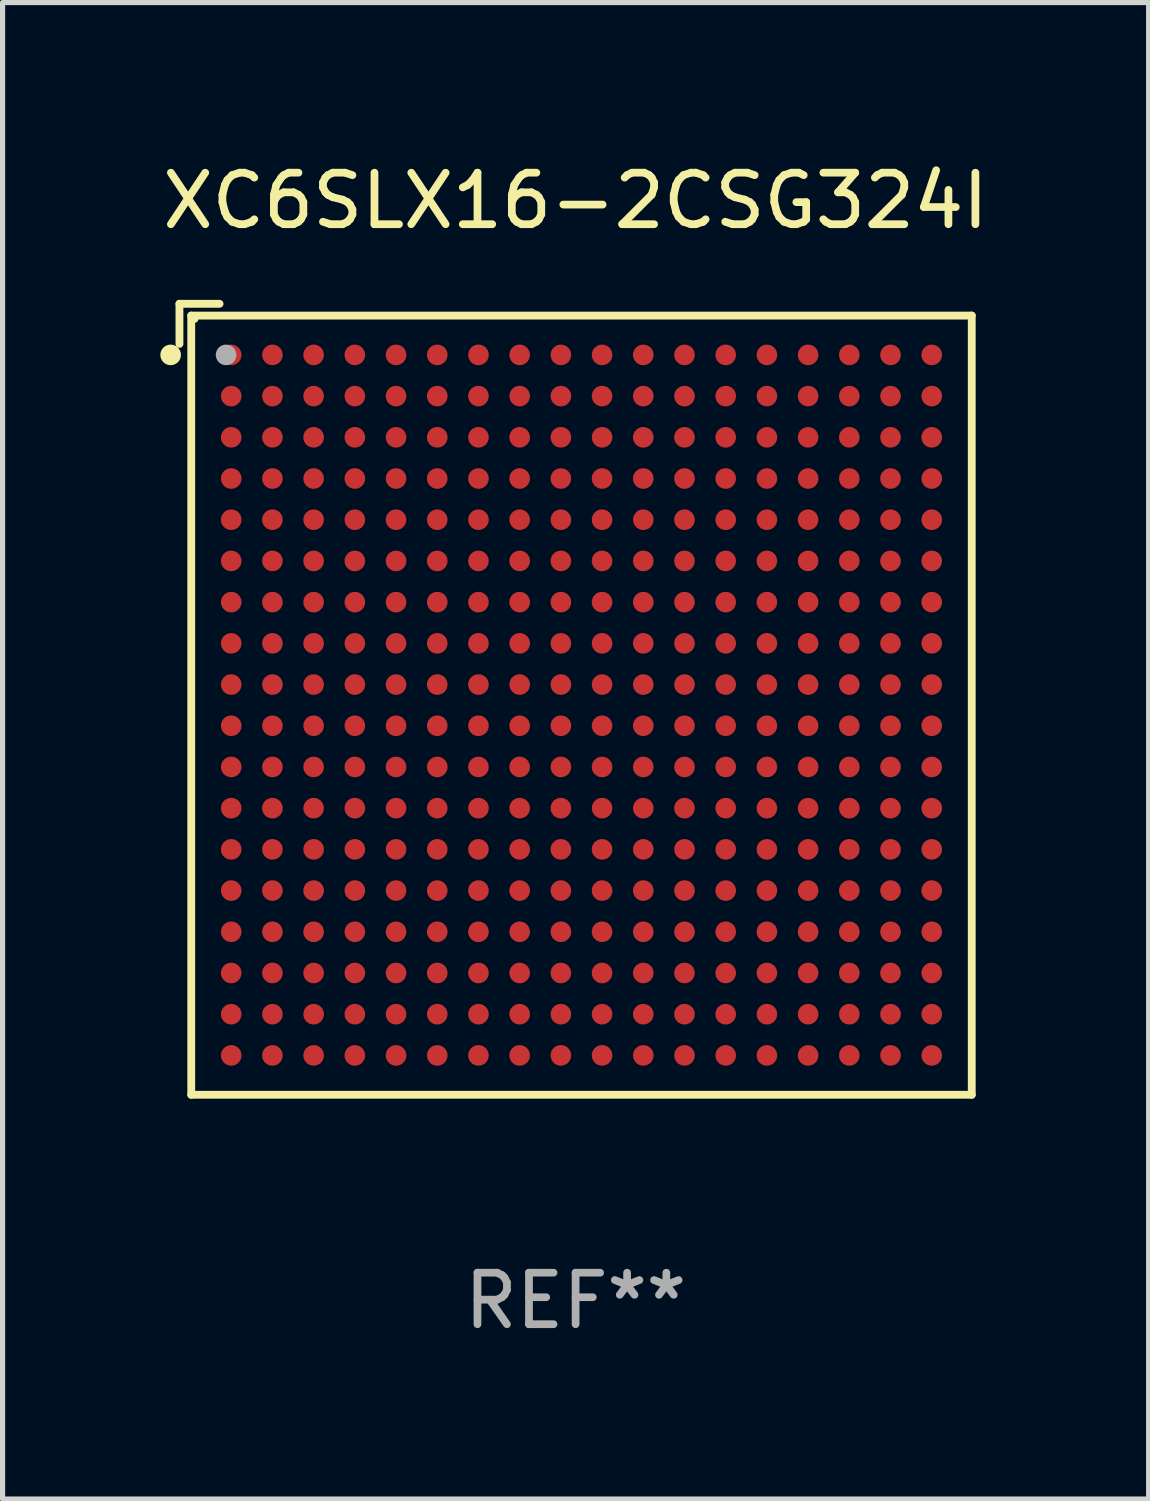
<source format=kicad_pcb>
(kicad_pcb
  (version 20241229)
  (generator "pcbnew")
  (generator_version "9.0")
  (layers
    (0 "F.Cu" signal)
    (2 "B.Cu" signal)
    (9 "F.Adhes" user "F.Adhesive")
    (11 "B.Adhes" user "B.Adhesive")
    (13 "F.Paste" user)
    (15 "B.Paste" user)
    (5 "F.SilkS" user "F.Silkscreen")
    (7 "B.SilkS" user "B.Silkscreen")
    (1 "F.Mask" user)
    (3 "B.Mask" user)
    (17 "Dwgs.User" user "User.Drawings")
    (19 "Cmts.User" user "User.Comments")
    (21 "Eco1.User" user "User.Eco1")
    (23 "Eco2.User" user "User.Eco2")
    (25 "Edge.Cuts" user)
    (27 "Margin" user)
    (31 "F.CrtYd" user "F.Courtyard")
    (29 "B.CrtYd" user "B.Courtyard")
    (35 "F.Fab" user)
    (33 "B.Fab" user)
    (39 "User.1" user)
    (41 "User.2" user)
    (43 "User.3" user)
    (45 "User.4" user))
  (footprint "XC6SLX16-2CSG324I"
    (layer "F.Cu")
    (at 8.125 10.526)
    (property "Reference" "XC6SLX16-2CSG324I" (at 0 -9.678 0) (layer "F.SilkS") (effects (font (size 1 1) (thickness 0.15))))
    (attr through_hole)
    (fp_line (start -7.691 -7.678) (end -7.691 -6.899) (stroke (width 0.152) (type solid)) (layer "F.SilkS"))
    (fp_line (start -7.462 -7.449) (end 7.691 -7.449) (stroke (width 0.152) (type solid)) (layer "F.SilkS"))
    (fp_line (start -7.462 7.678) (end -7.462 -7.449) (stroke (width 0.152) (type solid)) (layer "F.SilkS"))
    (fp_line (start -6.912 -7.678) (end -7.691 -7.678) (stroke (width 0.152) (type solid)) (layer "F.SilkS"))
    (fp_line (start 7.691 -7.449) (end 7.691 7.678) (stroke (width 0.152) (type solid)) (layer "F.SilkS"))
    (fp_line (start 7.691 7.678) (end -7.462 7.678) (stroke (width 0.152) (type solid)) (layer "F.SilkS"))
    (fp_circle (center -7.862 -6.686) (end -7.762 -6.686) (stroke (width 0.2) (type solid)) (fill no) (layer "F.SilkS"))
    (fp_circle (center -7.386 -7.373) (end -7.356 -7.373) (stroke (width 0.06) (type solid)) (fill no) (layer "F.SilkS"))
    (fp_circle (center -6.786 -6.686) (end -6.686 -6.686) (stroke (width 0.2) (type solid)) (fill no) (layer "F.Fab"))
    (fp_text user "REF**" (at 0 11.678 0) (layer "F.Fab") (effects (font (size 1 1) (thickness 0.15))))
    (pad "A1" smd circle (at -6.686 -6.686) (size 0.4 0.4) (layers "F.Cu" "F.Mask" "F.Paste"))
    (pad "A2" smd circle (at -5.886 -6.686) (size 0.4 0.4) (layers "F.Cu" "F.Mask" "F.Paste"))
    (pad "A3" smd circle (at -5.086 -6.686) (size 0.4 0.4) (layers "F.Cu" "F.Mask" "F.Paste"))
    (pad "A4" smd circle (at -4.286 -6.686) (size 0.4 0.4) (layers "F.Cu" "F.Mask" "F.Paste"))
    (pad "A5" smd circle (at -3.486 -6.686) (size 0.4 0.4) (layers "F.Cu" "F.Mask" "F.Paste"))
    (pad "A6" smd circle (at -2.686 -6.686) (size 0.4 0.4) (layers "F.Cu" "F.Mask" "F.Paste"))
    (pad "A7" smd circle (at -1.886 -6.686) (size 0.4 0.4) (layers "F.Cu" "F.Mask" "F.Paste"))
    (pad "A8" smd circle (at -1.086 -6.686) (size 0.4 0.4) (layers "F.Cu" "F.Mask" "F.Paste"))
    (pad "A9" smd circle (at -0.286 -6.686) (size 0.4 0.4) (layers "F.Cu" "F.Mask" "F.Paste"))
    (pad "A10" smd circle (at 0.514 -6.686) (size 0.4 0.4) (layers "F.Cu" "F.Mask" "F.Paste"))
    (pad "A11" smd circle (at 1.314 -6.686) (size 0.4 0.4) (layers "F.Cu" "F.Mask" "F.Paste"))
    (pad "A12" smd circle (at 2.114 -6.686) (size 0.4 0.4) (layers "F.Cu" "F.Mask" "F.Paste"))
    (pad "A13" smd circle (at 2.914 -6.686) (size 0.4 0.4) (layers "F.Cu" "F.Mask" "F.Paste"))
    (pad "A14" smd circle (at 3.714 -6.686) (size 0.4 0.4) (layers "F.Cu" "F.Mask" "F.Paste"))
    (pad "A15" smd circle (at 4.514 -6.686) (size 0.4 0.4) (layers "F.Cu" "F.Mask" "F.Paste"))
    (pad "A16" smd circle (at 5.314 -6.686) (size 0.4 0.4) (layers "F.Cu" "F.Mask" "F.Paste"))
    (pad "A17" smd circle (at 6.114 -6.686) (size 0.4 0.4) (layers "F.Cu" "F.Mask" "F.Paste"))
    (pad "A18" smd circle (at 6.914 -6.686) (size 0.4 0.4) (layers "F.Cu" "F.Mask" "F.Paste"))
    (pad "B1" smd circle (at -6.686 -5.886) (size 0.4 0.4) (layers "F.Cu" "F.Mask" "F.Paste"))
    (pad "B2" smd circle (at -5.886 -5.886) (size 0.4 0.4) (layers "F.Cu" "F.Mask" "F.Paste"))
    (pad "B3" smd circle (at -5.086 -5.886) (size 0.4 0.4) (layers "F.Cu" "F.Mask" "F.Paste"))
    (pad "B4" smd circle (at -4.286 -5.886) (size 0.4 0.4) (layers "F.Cu" "F.Mask" "F.Paste"))
    (pad "B5" smd circle (at -3.486 -5.886) (size 0.4 0.4) (layers "F.Cu" "F.Mask" "F.Paste"))
    (pad "B6" smd circle (at -2.686 -5.886) (size 0.4 0.4) (layers "F.Cu" "F.Mask" "F.Paste"))
    (pad "B7" smd circle (at -1.886 -5.886) (size 0.4 0.4) (layers "F.Cu" "F.Mask" "F.Paste"))
    (pad "B8" smd circle (at -1.086 -5.886) (size 0.4 0.4) (layers "F.Cu" "F.Mask" "F.Paste"))
    (pad "B9" smd circle (at -0.286 -5.886) (size 0.4 0.4) (layers "F.Cu" "F.Mask" "F.Paste"))
    (pad "B10" smd circle (at 0.514 -5.886) (size 0.4 0.4) (layers "F.Cu" "F.Mask" "F.Paste"))
    (pad "B11" smd circle (at 1.314 -5.886) (size 0.4 0.4) (layers "F.Cu" "F.Mask" "F.Paste"))
    (pad "B12" smd circle (at 2.114 -5.886) (size 0.4 0.4) (layers "F.Cu" "F.Mask" "F.Paste"))
    (pad "B13" smd circle (at 2.914 -5.886) (size 0.4 0.4) (layers "F.Cu" "F.Mask" "F.Paste"))
    (pad "B14" smd circle (at 3.714 -5.886) (size 0.4 0.4) (layers "F.Cu" "F.Mask" "F.Paste"))
    (pad "B15" smd circle (at 4.514 -5.886) (size 0.4 0.4) (layers "F.Cu" "F.Mask" "F.Paste"))
    (pad "B16" smd circle (at 5.314 -5.886) (size 0.4 0.4) (layers "F.Cu" "F.Mask" "F.Paste"))
    (pad "B17" smd circle (at 6.114 -5.886) (size 0.4 0.4) (layers "F.Cu" "F.Mask" "F.Paste"))
    (pad "B18" smd circle (at 6.914 -5.886) (size 0.4 0.4) (layers "F.Cu" "F.Mask" "F.Paste"))
    (pad "C1" smd circle (at -6.686 -5.086) (size 0.4 0.4) (layers "F.Cu" "F.Mask" "F.Paste"))
    (pad "C2" smd circle (at -5.886 -5.086) (size 0.4 0.4) (layers "F.Cu" "F.Mask" "F.Paste"))
    (pad "C3" smd circle (at -5.086 -5.086) (size 0.4 0.4) (layers "F.Cu" "F.Mask" "F.Paste"))
    (pad "C4" smd circle (at -4.286 -5.086) (size 0.4 0.4) (layers "F.Cu" "F.Mask" "F.Paste"))
    (pad "C5" smd circle (at -3.486 -5.086) (size 0.4 0.4) (layers "F.Cu" "F.Mask" "F.Paste"))
    (pad "C6" smd circle (at -2.686 -5.086) (size 0.4 0.4) (layers "F.Cu" "F.Mask" "F.Paste"))
    (pad "C7" smd circle (at -1.886 -5.086) (size 0.4 0.4) (layers "F.Cu" "F.Mask" "F.Paste"))
    (pad "C8" smd circle (at -1.086 -5.086) (size 0.4 0.4) (layers "F.Cu" "F.Mask" "F.Paste"))
    (pad "C9" smd circle (at -0.286 -5.086) (size 0.4 0.4) (layers "F.Cu" "F.Mask" "F.Paste"))
    (pad "C10" smd circle (at 0.514 -5.086) (size 0.4 0.4) (layers "F.Cu" "F.Mask" "F.Paste"))
    (pad "C11" smd circle (at 1.314 -5.086) (size 0.4 0.4) (layers "F.Cu" "F.Mask" "F.Paste"))
    (pad "C12" smd circle (at 2.114 -5.086) (size 0.4 0.4) (layers "F.Cu" "F.Mask" "F.Paste"))
    (pad "C13" smd circle (at 2.914 -5.086) (size 0.4 0.4) (layers "F.Cu" "F.Mask" "F.Paste"))
    (pad "C14" smd circle (at 3.714 -5.086) (size 0.4 0.4) (layers "F.Cu" "F.Mask" "F.Paste"))
    (pad "C15" smd circle (at 4.514 -5.086) (size 0.4 0.4) (layers "F.Cu" "F.Mask" "F.Paste"))
    (pad "C16" smd circle (at 5.314 -5.086) (size 0.4 0.4) (layers "F.Cu" "F.Mask" "F.Paste"))
    (pad "C17" smd circle (at 6.114 -5.086) (size 0.4 0.4) (layers "F.Cu" "F.Mask" "F.Paste"))
    (pad "C18" smd circle (at 6.914 -5.086) (size 0.4 0.4) (layers "F.Cu" "F.Mask" "F.Paste"))
    (pad "D1" smd circle (at -6.686 -4.286) (size 0.4 0.4) (layers "F.Cu" "F.Mask" "F.Paste"))
    (pad "D2" smd circle (at -5.886 -4.286) (size 0.4 0.4) (layers "F.Cu" "F.Mask" "F.Paste"))
    (pad "D3" smd circle (at -5.086 -4.286) (size 0.4 0.4) (layers "F.Cu" "F.Mask" "F.Paste"))
    (pad "D4" smd circle (at -4.286 -4.286) (size 0.4 0.4) (layers "F.Cu" "F.Mask" "F.Paste"))
    (pad "D5" smd circle (at -3.486 -4.286) (size 0.4 0.4) (layers "F.Cu" "F.Mask" "F.Paste"))
    (pad "D6" smd circle (at -2.686 -4.286) (size 0.4 0.4) (layers "F.Cu" "F.Mask" "F.Paste"))
    (pad "D7" smd circle (at -1.886 -4.286) (size 0.4 0.4) (layers "F.Cu" "F.Mask" "F.Paste"))
    (pad "D8" smd circle (at -1.086 -4.286) (size 0.4 0.4) (layers "F.Cu" "F.Mask" "F.Paste"))
    (pad "D9" smd circle (at -0.286 -4.286) (size 0.4 0.4) (layers "F.Cu" "F.Mask" "F.Paste"))
    (pad "D10" smd circle (at 0.514 -4.286) (size 0.4 0.4) (layers "F.Cu" "F.Mask" "F.Paste"))
    (pad "D11" smd circle (at 1.314 -4.286) (size 0.4 0.4) (layers "F.Cu" "F.Mask" "F.Paste"))
    (pad "D12" smd circle (at 2.114 -4.286) (size 0.4 0.4) (layers "F.Cu" "F.Mask" "F.Paste"))
    (pad "D13" smd circle (at 2.914 -4.286) (size 0.4 0.4) (layers "F.Cu" "F.Mask" "F.Paste"))
    (pad "D14" smd circle (at 3.714 -4.286) (size 0.4 0.4) (layers "F.Cu" "F.Mask" "F.Paste"))
    (pad "D15" smd circle (at 4.514 -4.286) (size 0.4 0.4) (layers "F.Cu" "F.Mask" "F.Paste"))
    (pad "D16" smd circle (at 5.314 -4.286) (size 0.4 0.4) (layers "F.Cu" "F.Mask" "F.Paste"))
    (pad "D17" smd circle (at 6.114 -4.286) (size 0.4 0.4) (layers "F.Cu" "F.Mask" "F.Paste"))
    (pad "D18" smd circle (at 6.914 -4.286) (size 0.4 0.4) (layers "F.Cu" "F.Mask" "F.Paste"))
    (pad "E1" smd circle (at -6.686 -3.486) (size 0.4 0.4) (layers "F.Cu" "F.Mask" "F.Paste"))
    (pad "E2" smd circle (at -5.886 -3.486) (size 0.4 0.4) (layers "F.Cu" "F.Mask" "F.Paste"))
    (pad "E3" smd circle (at -5.086 -3.486) (size 0.4 0.4) (layers "F.Cu" "F.Mask" "F.Paste"))
    (pad "E4" smd circle (at -4.286 -3.486) (size 0.4 0.4) (layers "F.Cu" "F.Mask" "F.Paste"))
    (pad "E5" smd circle (at -3.486 -3.486) (size 0.4 0.4) (layers "F.Cu" "F.Mask" "F.Paste"))
    (pad "E6" smd circle (at -2.686 -3.486) (size 0.4 0.4) (layers "F.Cu" "F.Mask" "F.Paste"))
    (pad "E7" smd circle (at -1.886 -3.486) (size 0.4 0.4) (layers "F.Cu" "F.Mask" "F.Paste"))
    (pad "E8" smd circle (at -1.086 -3.486) (size 0.4 0.4) (layers "F.Cu" "F.Mask" "F.Paste"))
    (pad "E9" smd circle (at -0.286 -3.486) (size 0.4 0.4) (layers "F.Cu" "F.Mask" "F.Paste"))
    (pad "E10" smd circle (at 0.514 -3.486) (size 0.4 0.4) (layers "F.Cu" "F.Mask" "F.Paste"))
    (pad "E11" smd circle (at 1.314 -3.486) (size 0.4 0.4) (layers "F.Cu" "F.Mask" "F.Paste"))
    (pad "E12" smd circle (at 2.114 -3.486) (size 0.4 0.4) (layers "F.Cu" "F.Mask" "F.Paste"))
    (pad "E13" smd circle (at 2.914 -3.486) (size 0.4 0.4) (layers "F.Cu" "F.Mask" "F.Paste"))
    (pad "E14" smd circle (at 3.714 -3.486) (size 0.4 0.4) (layers "F.Cu" "F.Mask" "F.Paste"))
    (pad "E15" smd circle (at 4.514 -3.486) (size 0.4 0.4) (layers "F.Cu" "F.Mask" "F.Paste"))
    (pad "E16" smd circle (at 5.314 -3.486) (size 0.4 0.4) (layers "F.Cu" "F.Mask" "F.Paste"))
    (pad "E17" smd circle (at 6.114 -3.486) (size 0.4 0.4) (layers "F.Cu" "F.Mask" "F.Paste"))
    (pad "E18" smd circle (at 6.914 -3.486) (size 0.4 0.4) (layers "F.Cu" "F.Mask" "F.Paste"))
    (pad "F1" smd circle (at -6.686 -2.686) (size 0.4 0.4) (layers "F.Cu" "F.Mask" "F.Paste"))
    (pad "F2" smd circle (at -5.886 -2.686) (size 0.4 0.4) (layers "F.Cu" "F.Mask" "F.Paste"))
    (pad "F3" smd circle (at -5.086 -2.686) (size 0.4 0.4) (layers "F.Cu" "F.Mask" "F.Paste"))
    (pad "F4" smd circle (at -4.286 -2.686) (size 0.4 0.4) (layers "F.Cu" "F.Mask" "F.Paste"))
    (pad "F5" smd circle (at -3.486 -2.686) (size 0.4 0.4) (layers "F.Cu" "F.Mask" "F.Paste"))
    (pad "F6" smd circle (at -2.686 -2.686) (size 0.4 0.4) (layers "F.Cu" "F.Mask" "F.Paste"))
    (pad "F7" smd circle (at -1.886 -2.686) (size 0.4 0.4) (layers "F.Cu" "F.Mask" "F.Paste"))
    (pad "F8" smd circle (at -1.086 -2.686) (size 0.4 0.4) (layers "F.Cu" "F.Mask" "F.Paste"))
    (pad "F9" smd circle (at -0.286 -2.686) (size 0.4 0.4) (layers "F.Cu" "F.Mask" "F.Paste"))
    (pad "F10" smd circle (at 0.514 -2.686) (size 0.4 0.4) (layers "F.Cu" "F.Mask" "F.Paste"))
    (pad "F11" smd circle (at 1.314 -2.686) (size 0.4 0.4) (layers "F.Cu" "F.Mask" "F.Paste"))
    (pad "F12" smd circle (at 2.114 -2.686) (size 0.4 0.4) (layers "F.Cu" "F.Mask" "F.Paste"))
    (pad "F13" smd circle (at 2.914 -2.686) (size 0.4 0.4) (layers "F.Cu" "F.Mask" "F.Paste"))
    (pad "F14" smd circle (at 3.714 -2.686) (size 0.4 0.4) (layers "F.Cu" "F.Mask" "F.Paste"))
    (pad "F15" smd circle (at 4.514 -2.686) (size 0.4 0.4) (layers "F.Cu" "F.Mask" "F.Paste"))
    (pad "F16" smd circle (at 5.314 -2.686) (size 0.4 0.4) (layers "F.Cu" "F.Mask" "F.Paste"))
    (pad "F17" smd circle (at 6.114 -2.686) (size 0.4 0.4) (layers "F.Cu" "F.Mask" "F.Paste"))
    (pad "F18" smd circle (at 6.914 -2.686) (size 0.4 0.4) (layers "F.Cu" "F.Mask" "F.Paste"))
    (pad "G1" smd circle (at -6.686 -1.886) (size 0.4 0.4) (layers "F.Cu" "F.Mask" "F.Paste"))
    (pad "G2" smd circle (at -5.886 -1.886) (size 0.4 0.4) (layers "F.Cu" "F.Mask" "F.Paste"))
    (pad "G3" smd circle (at -5.086 -1.886) (size 0.4 0.4) (layers "F.Cu" "F.Mask" "F.Paste"))
    (pad "G4" smd circle (at -4.286 -1.886) (size 0.4 0.4) (layers "F.Cu" "F.Mask" "F.Paste"))
    (pad "G5" smd circle (at -3.486 -1.886) (size 0.4 0.4) (layers "F.Cu" "F.Mask" "F.Paste"))
    (pad "G6" smd circle (at -2.686 -1.886) (size 0.4 0.4) (layers "F.Cu" "F.Mask" "F.Paste"))
    (pad "G7" smd circle (at -1.886 -1.886) (size 0.4 0.4) (layers "F.Cu" "F.Mask" "F.Paste"))
    (pad "G8" smd circle (at -1.086 -1.886) (size 0.4 0.4) (layers "F.Cu" "F.Mask" "F.Paste"))
    (pad "G9" smd circle (at -0.286 -1.886) (size 0.4 0.4) (layers "F.Cu" "F.Mask" "F.Paste"))
    (pad "G10" smd circle (at 0.514 -1.886) (size 0.4 0.4) (layers "F.Cu" "F.Mask" "F.Paste"))
    (pad "G11" smd circle (at 1.314 -1.886) (size 0.4 0.4) (layers "F.Cu" "F.Mask" "F.Paste"))
    (pad "G12" smd circle (at 2.114 -1.886) (size 0.4 0.4) (layers "F.Cu" "F.Mask" "F.Paste"))
    (pad "G13" smd circle (at 2.914 -1.886) (size 0.4 0.4) (layers "F.Cu" "F.Mask" "F.Paste"))
    (pad "G14" smd circle (at 3.714 -1.886) (size 0.4 0.4) (layers "F.Cu" "F.Mask" "F.Paste"))
    (pad "G15" smd circle (at 4.514 -1.886) (size 0.4 0.4) (layers "F.Cu" "F.Mask" "F.Paste"))
    (pad "G16" smd circle (at 5.314 -1.886) (size 0.4 0.4) (layers "F.Cu" "F.Mask" "F.Paste"))
    (pad "G17" smd circle (at 6.114 -1.886) (size 0.4 0.4) (layers "F.Cu" "F.Mask" "F.Paste"))
    (pad "G18" smd circle (at 6.914 -1.886) (size 0.4 0.4) (layers "F.Cu" "F.Mask" "F.Paste"))
    (pad "H1" smd circle (at -6.686 -1.086) (size 0.4 0.4) (layers "F.Cu" "F.Mask" "F.Paste"))
    (pad "H2" smd circle (at -5.886 -1.086) (size 0.4 0.4) (layers "F.Cu" "F.Mask" "F.Paste"))
    (pad "H3" smd circle (at -5.086 -1.086) (size 0.4 0.4) (layers "F.Cu" "F.Mask" "F.Paste"))
    (pad "H4" smd circle (at -4.286 -1.086) (size 0.4 0.4) (layers "F.Cu" "F.Mask" "F.Paste"))
    (pad "H5" smd circle (at -3.486 -1.086) (size 0.4 0.4) (layers "F.Cu" "F.Mask" "F.Paste"))
    (pad "H6" smd circle (at -2.686 -1.086) (size 0.4 0.4) (layers "F.Cu" "F.Mask" "F.Paste"))
    (pad "H7" smd circle (at -1.886 -1.086) (size 0.4 0.4) (layers "F.Cu" "F.Mask" "F.Paste"))
    (pad "H8" smd circle (at -1.086 -1.086) (size 0.4 0.4) (layers "F.Cu" "F.Mask" "F.Paste"))
    (pad "H9" smd circle (at -0.286 -1.086) (size 0.4 0.4) (layers "F.Cu" "F.Mask" "F.Paste"))
    (pad "H10" smd circle (at 0.514 -1.086) (size 0.4 0.4) (layers "F.Cu" "F.Mask" "F.Paste"))
    (pad "H11" smd circle (at 1.314 -1.086) (size 0.4 0.4) (layers "F.Cu" "F.Mask" "F.Paste"))
    (pad "H12" smd circle (at 2.114 -1.086) (size 0.4 0.4) (layers "F.Cu" "F.Mask" "F.Paste"))
    (pad "H13" smd circle (at 2.914 -1.086) (size 0.4 0.4) (layers "F.Cu" "F.Mask" "F.Paste"))
    (pad "H14" smd circle (at 3.714 -1.086) (size 0.4 0.4) (layers "F.Cu" "F.Mask" "F.Paste"))
    (pad "H15" smd circle (at 4.514 -1.086) (size 0.4 0.4) (layers "F.Cu" "F.Mask" "F.Paste"))
    (pad "H16" smd circle (at 5.314 -1.086) (size 0.4 0.4) (layers "F.Cu" "F.Mask" "F.Paste"))
    (pad "H17" smd circle (at 6.114 -1.086) (size 0.4 0.4) (layers "F.Cu" "F.Mask" "F.Paste"))
    (pad "H18" smd circle (at 6.914 -1.086) (size 0.4 0.4) (layers "F.Cu" "F.Mask" "F.Paste"))
    (pad "J1" smd circle (at -6.686 -0.286) (size 0.4 0.4) (layers "F.Cu" "F.Mask" "F.Paste"))
    (pad "J2" smd circle (at -5.886 -0.286) (size 0.4 0.4) (layers "F.Cu" "F.Mask" "F.Paste"))
    (pad "J3" smd circle (at -5.086 -0.286) (size 0.4 0.4) (layers "F.Cu" "F.Mask" "F.Paste"))
    (pad "J4" smd circle (at -4.286 -0.286) (size 0.4 0.4) (layers "F.Cu" "F.Mask" "F.Paste"))
    (pad "J5" smd circle (at -3.486 -0.286) (size 0.4 0.4) (layers "F.Cu" "F.Mask" "F.Paste"))
    (pad "J6" smd circle (at -2.686 -0.286) (size 0.4 0.4) (layers "F.Cu" "F.Mask" "F.Paste"))
    (pad "J7" smd circle (at -1.886 -0.286) (size 0.4 0.4) (layers "F.Cu" "F.Mask" "F.Paste"))
    (pad "J8" smd circle (at -1.086 -0.286) (size 0.4 0.4) (layers "F.Cu" "F.Mask" "F.Paste"))
    (pad "J9" smd circle (at -0.286 -0.286) (size 0.4 0.4) (layers "F.Cu" "F.Mask" "F.Paste"))
    (pad "J10" smd circle (at 0.514 -0.286) (size 0.4 0.4) (layers "F.Cu" "F.Mask" "F.Paste"))
    (pad "J11" smd circle (at 1.314 -0.286) (size 0.4 0.4) (layers "F.Cu" "F.Mask" "F.Paste"))
    (pad "J12" smd circle (at 2.114 -0.286) (size 0.4 0.4) (layers "F.Cu" "F.Mask" "F.Paste"))
    (pad "J13" smd circle (at 2.914 -0.286) (size 0.4 0.4) (layers "F.Cu" "F.Mask" "F.Paste"))
    (pad "J14" smd circle (at 3.714 -0.286) (size 0.4 0.4) (layers "F.Cu" "F.Mask" "F.Paste"))
    (pad "J15" smd circle (at 4.514 -0.286) (size 0.4 0.4) (layers "F.Cu" "F.Mask" "F.Paste"))
    (pad "J16" smd circle (at 5.314 -0.286) (size 0.4 0.4) (layers "F.Cu" "F.Mask" "F.Paste"))
    (pad "J17" smd circle (at 6.114 -0.286) (size 0.4 0.4) (layers "F.Cu" "F.Mask" "F.Paste"))
    (pad "J18" smd circle (at 6.914 -0.286) (size 0.4 0.4) (layers "F.Cu" "F.Mask" "F.Paste"))
    (pad "K1" smd circle (at -6.686 0.514) (size 0.4 0.4) (layers "F.Cu" "F.Mask" "F.Paste"))
    (pad "K2" smd circle (at -5.886 0.514) (size 0.4 0.4) (layers "F.Cu" "F.Mask" "F.Paste"))
    (pad "K3" smd circle (at -5.086 0.514) (size 0.4 0.4) (layers "F.Cu" "F.Mask" "F.Paste"))
    (pad "K4" smd circle (at -4.286 0.514) (size 0.4 0.4) (layers "F.Cu" "F.Mask" "F.Paste"))
    (pad "K5" smd circle (at -3.486 0.514) (size 0.4 0.4) (layers "F.Cu" "F.Mask" "F.Paste"))
    (pad "K6" smd circle (at -2.686 0.514) (size 0.4 0.4) (layers "F.Cu" "F.Mask" "F.Paste"))
    (pad "K7" smd circle (at -1.886 0.514) (size 0.4 0.4) (layers "F.Cu" "F.Mask" "F.Paste"))
    (pad "K8" smd circle (at -1.086 0.514) (size 0.4 0.4) (layers "F.Cu" "F.Mask" "F.Paste"))
    (pad "K9" smd circle (at -0.286 0.514) (size 0.4 0.4) (layers "F.Cu" "F.Mask" "F.Paste"))
    (pad "K10" smd circle (at 0.514 0.514) (size 0.4 0.4) (layers "F.Cu" "F.Mask" "F.Paste"))
    (pad "K11" smd circle (at 1.314 0.514) (size 0.4 0.4) (layers "F.Cu" "F.Mask" "F.Paste"))
    (pad "K12" smd circle (at 2.114 0.514) (size 0.4 0.4) (layers "F.Cu" "F.Mask" "F.Paste"))
    (pad "K13" smd circle (at 2.914 0.514) (size 0.4 0.4) (layers "F.Cu" "F.Mask" "F.Paste"))
    (pad "K14" smd circle (at 3.714 0.514) (size 0.4 0.4) (layers "F.Cu" "F.Mask" "F.Paste"))
    (pad "K15" smd circle (at 4.514 0.514) (size 0.4 0.4) (layers "F.Cu" "F.Mask" "F.Paste"))
    (pad "K16" smd circle (at 5.314 0.514) (size 0.4 0.4) (layers "F.Cu" "F.Mask" "F.Paste"))
    (pad "K17" smd circle (at 6.114 0.514) (size 0.4 0.4) (layers "F.Cu" "F.Mask" "F.Paste"))
    (pad "K18" smd circle (at 6.914 0.514) (size 0.4 0.4) (layers "F.Cu" "F.Mask" "F.Paste"))
    (pad "L1" smd circle (at -6.686 1.314) (size 0.4 0.4) (layers "F.Cu" "F.Mask" "F.Paste"))
    (pad "L2" smd circle (at -5.886 1.314) (size 0.4 0.4) (layers "F.Cu" "F.Mask" "F.Paste"))
    (pad "L3" smd circle (at -5.086 1.314) (size 0.4 0.4) (layers "F.Cu" "F.Mask" "F.Paste"))
    (pad "L4" smd circle (at -4.286 1.314) (size 0.4 0.4) (layers "F.Cu" "F.Mask" "F.Paste"))
    (pad "L5" smd circle (at -3.486 1.314) (size 0.4 0.4) (layers "F.Cu" "F.Mask" "F.Paste"))
    (pad "L6" smd circle (at -2.686 1.314) (size 0.4 0.4) (layers "F.Cu" "F.Mask" "F.Paste"))
    (pad "L7" smd circle (at -1.886 1.314) (size 0.4 0.4) (layers "F.Cu" "F.Mask" "F.Paste"))
    (pad "L8" smd circle (at -1.086 1.314) (size 0.4 0.4) (layers "F.Cu" "F.Mask" "F.Paste"))
    (pad "L9" smd circle (at -0.286 1.314) (size 0.4 0.4) (layers "F.Cu" "F.Mask" "F.Paste"))
    (pad "L10" smd circle (at 0.514 1.314) (size 0.4 0.4) (layers "F.Cu" "F.Mask" "F.Paste"))
    (pad "L11" smd circle (at 1.314 1.314) (size 0.4 0.4) (layers "F.Cu" "F.Mask" "F.Paste"))
    (pad "L12" smd circle (at 2.114 1.314) (size 0.4 0.4) (layers "F.Cu" "F.Mask" "F.Paste"))
    (pad "L13" smd circle (at 2.914 1.314) (size 0.4 0.4) (layers "F.Cu" "F.Mask" "F.Paste"))
    (pad "L14" smd circle (at 3.714 1.314) (size 0.4 0.4) (layers "F.Cu" "F.Mask" "F.Paste"))
    (pad "L15" smd circle (at 4.514 1.314) (size 0.4 0.4) (layers "F.Cu" "F.Mask" "F.Paste"))
    (pad "L16" smd circle (at 5.314 1.314) (size 0.4 0.4) (layers "F.Cu" "F.Mask" "F.Paste"))
    (pad "L17" smd circle (at 6.114 1.314) (size 0.4 0.4) (layers "F.Cu" "F.Mask" "F.Paste"))
    (pad "L18" smd circle (at 6.914 1.314) (size 0.4 0.4) (layers "F.Cu" "F.Mask" "F.Paste"))
    (pad "M1" smd circle (at -6.686 2.114) (size 0.4 0.4) (layers "F.Cu" "F.Mask" "F.Paste"))
    (pad "M2" smd circle (at -5.886 2.114) (size 0.4 0.4) (layers "F.Cu" "F.Mask" "F.Paste"))
    (pad "M3" smd circle (at -5.086 2.114) (size 0.4 0.4) (layers "F.Cu" "F.Mask" "F.Paste"))
    (pad "M4" smd circle (at -4.286 2.114) (size 0.4 0.4) (layers "F.Cu" "F.Mask" "F.Paste"))
    (pad "M5" smd circle (at -3.486 2.114) (size 0.4 0.4) (layers "F.Cu" "F.Mask" "F.Paste"))
    (pad "M6" smd circle (at -2.686 2.114) (size 0.4 0.4) (layers "F.Cu" "F.Mask" "F.Paste"))
    (pad "M7" smd circle (at -1.886 2.114) (size 0.4 0.4) (layers "F.Cu" "F.Mask" "F.Paste"))
    (pad "M8" smd circle (at -1.086 2.114) (size 0.4 0.4) (layers "F.Cu" "F.Mask" "F.Paste"))
    (pad "M9" smd circle (at -0.286 2.114) (size 0.4 0.4) (layers "F.Cu" "F.Mask" "F.Paste"))
    (pad "M10" smd circle (at 0.514 2.114) (size 0.4 0.4) (layers "F.Cu" "F.Mask" "F.Paste"))
    (pad "M11" smd circle (at 1.314 2.114) (size 0.4 0.4) (layers "F.Cu" "F.Mask" "F.Paste"))
    (pad "M12" smd circle (at 2.114 2.114) (size 0.4 0.4) (layers "F.Cu" "F.Mask" "F.Paste"))
    (pad "M13" smd circle (at 2.914 2.114) (size 0.4 0.4) (layers "F.Cu" "F.Mask" "F.Paste"))
    (pad "M14" smd circle (at 3.714 2.114) (size 0.4 0.4) (layers "F.Cu" "F.Mask" "F.Paste"))
    (pad "M15" smd circle (at 4.514 2.114) (size 0.4 0.4) (layers "F.Cu" "F.Mask" "F.Paste"))
    (pad "M16" smd circle (at 5.314 2.114) (size 0.4 0.4) (layers "F.Cu" "F.Mask" "F.Paste"))
    (pad "M17" smd circle (at 6.114 2.114) (size 0.4 0.4) (layers "F.Cu" "F.Mask" "F.Paste"))
    (pad "M18" smd circle (at 6.914 2.114) (size 0.4 0.4) (layers "F.Cu" "F.Mask" "F.Paste"))
    (pad "N1" smd circle (at -6.686 2.914) (size 0.4 0.4) (layers "F.Cu" "F.Mask" "F.Paste"))
    (pad "N2" smd circle (at -5.886 2.914) (size 0.4 0.4) (layers "F.Cu" "F.Mask" "F.Paste"))
    (pad "N3" smd circle (at -5.086 2.914) (size 0.4 0.4) (layers "F.Cu" "F.Mask" "F.Paste"))
    (pad "N4" smd circle (at -4.286 2.914) (size 0.4 0.4) (layers "F.Cu" "F.Mask" "F.Paste"))
    (pad "N5" smd circle (at -3.486 2.914) (size 0.4 0.4) (layers "F.Cu" "F.Mask" "F.Paste"))
    (pad "N6" smd circle (at -2.686 2.914) (size 0.4 0.4) (layers "F.Cu" "F.Mask" "F.Paste"))
    (pad "N7" smd circle (at -1.886 2.914) (size 0.4 0.4) (layers "F.Cu" "F.Mask" "F.Paste"))
    (pad "N8" smd circle (at -1.086 2.914) (size 0.4 0.4) (layers "F.Cu" "F.Mask" "F.Paste"))
    (pad "N9" smd circle (at -0.286 2.914) (size 0.4 0.4) (layers "F.Cu" "F.Mask" "F.Paste"))
    (pad "N10" smd circle (at 0.514 2.914) (size 0.4 0.4) (layers "F.Cu" "F.Mask" "F.Paste"))
    (pad "N11" smd circle (at 1.314 2.914) (size 0.4 0.4) (layers "F.Cu" "F.Mask" "F.Paste"))
    (pad "N12" smd circle (at 2.114 2.914) (size 0.4 0.4) (layers "F.Cu" "F.Mask" "F.Paste"))
    (pad "N13" smd circle (at 2.914 2.914) (size 0.4 0.4) (layers "F.Cu" "F.Mask" "F.Paste"))
    (pad "N14" smd circle (at 3.714 2.914) (size 0.4 0.4) (layers "F.Cu" "F.Mask" "F.Paste"))
    (pad "N15" smd circle (at 4.514 2.914) (size 0.4 0.4) (layers "F.Cu" "F.Mask" "F.Paste"))
    (pad "N16" smd circle (at 5.314 2.914) (size 0.4 0.4) (layers "F.Cu" "F.Mask" "F.Paste"))
    (pad "N17" smd circle (at 6.114 2.914) (size 0.4 0.4) (layers "F.Cu" "F.Mask" "F.Paste"))
    (pad "N18" smd circle (at 6.914 2.914) (size 0.4 0.4) (layers "F.Cu" "F.Mask" "F.Paste"))
    (pad "P1" smd circle (at -6.686 3.714) (size 0.4 0.4) (layers "F.Cu" "F.Mask" "F.Paste"))
    (pad "P2" smd circle (at -5.886 3.714) (size 0.4 0.4) (layers "F.Cu" "F.Mask" "F.Paste"))
    (pad "P3" smd circle (at -5.086 3.714) (size 0.4 0.4) (layers "F.Cu" "F.Mask" "F.Paste"))
    (pad "P4" smd circle (at -4.286 3.714) (size 0.4 0.4) (layers "F.Cu" "F.Mask" "F.Paste"))
    (pad "P5" smd circle (at -3.486 3.714) (size 0.4 0.4) (layers "F.Cu" "F.Mask" "F.Paste"))
    (pad "P6" smd circle (at -2.686 3.714) (size 0.4 0.4) (layers "F.Cu" "F.Mask" "F.Paste"))
    (pad "P7" smd circle (at -1.886 3.714) (size 0.4 0.4) (layers "F.Cu" "F.Mask" "F.Paste"))
    (pad "P8" smd circle (at -1.086 3.714) (size 0.4 0.4) (layers "F.Cu" "F.Mask" "F.Paste"))
    (pad "P9" smd circle (at -0.286 3.714) (size 0.4 0.4) (layers "F.Cu" "F.Mask" "F.Paste"))
    (pad "P10" smd circle (at 0.514 3.714) (size 0.4 0.4) (layers "F.Cu" "F.Mask" "F.Paste"))
    (pad "P11" smd circle (at 1.314 3.714) (size 0.4 0.4) (layers "F.Cu" "F.Mask" "F.Paste"))
    (pad "P12" smd circle (at 2.114 3.714) (size 0.4 0.4) (layers "F.Cu" "F.Mask" "F.Paste"))
    (pad "P13" smd circle (at 2.914 3.714) (size 0.4 0.4) (layers "F.Cu" "F.Mask" "F.Paste"))
    (pad "P14" smd circle (at 3.714 3.714) (size 0.4 0.4) (layers "F.Cu" "F.Mask" "F.Paste"))
    (pad "P15" smd circle (at 4.514 3.714) (size 0.4 0.4) (layers "F.Cu" "F.Mask" "F.Paste"))
    (pad "P16" smd circle (at 5.314 3.714) (size 0.4 0.4) (layers "F.Cu" "F.Mask" "F.Paste"))
    (pad "P17" smd circle (at 6.114 3.714) (size 0.4 0.4) (layers "F.Cu" "F.Mask" "F.Paste"))
    (pad "P18" smd circle (at 6.914 3.714) (size 0.4 0.4) (layers "F.Cu" "F.Mask" "F.Paste"))
    (pad "R1" smd circle (at -6.686 4.514) (size 0.4 0.4) (layers "F.Cu" "F.Mask" "F.Paste"))
    (pad "R2" smd circle (at -5.886 4.514) (size 0.4 0.4) (layers "F.Cu" "F.Mask" "F.Paste"))
    (pad "R3" smd circle (at -5.086 4.514) (size 0.4 0.4) (layers "F.Cu" "F.Mask" "F.Paste"))
    (pad "R4" smd circle (at -4.286 4.514) (size 0.4 0.4) (layers "F.Cu" "F.Mask" "F.Paste"))
    (pad "R5" smd circle (at -3.486 4.514) (size 0.4 0.4) (layers "F.Cu" "F.Mask" "F.Paste"))
    (pad "R6" smd circle (at -2.686 4.514) (size 0.4 0.4) (layers "F.Cu" "F.Mask" "F.Paste"))
    (pad "R7" smd circle (at -1.886 4.514) (size 0.4 0.4) (layers "F.Cu" "F.Mask" "F.Paste"))
    (pad "R8" smd circle (at -1.086 4.514) (size 0.4 0.4) (layers "F.Cu" "F.Mask" "F.Paste"))
    (pad "R9" smd circle (at -0.286 4.514) (size 0.4 0.4) (layers "F.Cu" "F.Mask" "F.Paste"))
    (pad "R10" smd circle (at 0.514 4.514) (size 0.4 0.4) (layers "F.Cu" "F.Mask" "F.Paste"))
    (pad "R11" smd circle (at 1.314 4.514) (size 0.4 0.4) (layers "F.Cu" "F.Mask" "F.Paste"))
    (pad "R12" smd circle (at 2.114 4.514) (size 0.4 0.4) (layers "F.Cu" "F.Mask" "F.Paste"))
    (pad "R13" smd circle (at 2.914 4.514) (size 0.4 0.4) (layers "F.Cu" "F.Mask" "F.Paste"))
    (pad "R14" smd circle (at 3.714 4.514) (size 0.4 0.4) (layers "F.Cu" "F.Mask" "F.Paste"))
    (pad "R15" smd circle (at 4.514 4.514) (size 0.4 0.4) (layers "F.Cu" "F.Mask" "F.Paste"))
    (pad "R16" smd circle (at 5.314 4.514) (size 0.4 0.4) (layers "F.Cu" "F.Mask" "F.Paste"))
    (pad "R17" smd circle (at 6.114 4.514) (size 0.4 0.4) (layers "F.Cu" "F.Mask" "F.Paste"))
    (pad "R18" smd circle (at 6.914 4.514) (size 0.4 0.4) (layers "F.Cu" "F.Mask" "F.Paste"))
    (pad "T1" smd circle (at -6.686 5.314) (size 0.4 0.4) (layers "F.Cu" "F.Mask" "F.Paste"))
    (pad "T2" smd circle (at -5.886 5.314) (size 0.4 0.4) (layers "F.Cu" "F.Mask" "F.Paste"))
    (pad "T3" smd circle (at -5.086 5.314) (size 0.4 0.4) (layers "F.Cu" "F.Mask" "F.Paste"))
    (pad "T4" smd circle (at -4.286 5.314) (size 0.4 0.4) (layers "F.Cu" "F.Mask" "F.Paste"))
    (pad "T5" smd circle (at -3.486 5.314) (size 0.4 0.4) (layers "F.Cu" "F.Mask" "F.Paste"))
    (pad "T6" smd circle (at -2.686 5.314) (size 0.4 0.4) (layers "F.Cu" "F.Mask" "F.Paste"))
    (pad "T7" smd circle (at -1.886 5.314) (size 0.4 0.4) (layers "F.Cu" "F.Mask" "F.Paste"))
    (pad "T8" smd circle (at -1.086 5.314) (size 0.4 0.4) (layers "F.Cu" "F.Mask" "F.Paste"))
    (pad "T9" smd circle (at -0.286 5.314) (size 0.4 0.4) (layers "F.Cu" "F.Mask" "F.Paste"))
    (pad "T10" smd circle (at 0.514 5.314) (size 0.4 0.4) (layers "F.Cu" "F.Mask" "F.Paste"))
    (pad "T11" smd circle (at 1.314 5.314) (size 0.4 0.4) (layers "F.Cu" "F.Mask" "F.Paste"))
    (pad "T12" smd circle (at 2.114 5.314) (size 0.4 0.4) (layers "F.Cu" "F.Mask" "F.Paste"))
    (pad "T13" smd circle (at 2.914 5.314) (size 0.4 0.4) (layers "F.Cu" "F.Mask" "F.Paste"))
    (pad "T14" smd circle (at 3.714 5.314) (size 0.4 0.4) (layers "F.Cu" "F.Mask" "F.Paste"))
    (pad "T15" smd circle (at 4.514 5.314) (size 0.4 0.4) (layers "F.Cu" "F.Mask" "F.Paste"))
    (pad "T16" smd circle (at 5.314 5.314) (size 0.4 0.4) (layers "F.Cu" "F.Mask" "F.Paste"))
    (pad "T17" smd circle (at 6.114 5.314) (size 0.4 0.4) (layers "F.Cu" "F.Mask" "F.Paste"))
    (pad "T18" smd circle (at 6.914 5.314) (size 0.4 0.4) (layers "F.Cu" "F.Mask" "F.Paste"))
    (pad "U1" smd circle (at -6.686 6.114) (size 0.4 0.4) (layers "F.Cu" "F.Mask" "F.Paste"))
    (pad "U2" smd circle (at -5.886 6.114) (size 0.4 0.4) (layers "F.Cu" "F.Mask" "F.Paste"))
    (pad "U3" smd circle (at -5.086 6.114) (size 0.4 0.4) (layers "F.Cu" "F.Mask" "F.Paste"))
    (pad "U4" smd circle (at -4.286 6.114) (size 0.4 0.4) (layers "F.Cu" "F.Mask" "F.Paste"))
    (pad "U5" smd circle (at -3.486 6.114) (size 0.4 0.4) (layers "F.Cu" "F.Mask" "F.Paste"))
    (pad "U6" smd circle (at -2.686 6.114) (size 0.4 0.4) (layers "F.Cu" "F.Mask" "F.Paste"))
    (pad "U7" smd circle (at -1.886 6.114) (size 0.4 0.4) (layers "F.Cu" "F.Mask" "F.Paste"))
    (pad "U8" smd circle (at -1.086 6.114) (size 0.4 0.4) (layers "F.Cu" "F.Mask" "F.Paste"))
    (pad "U9" smd circle (at -0.286 6.114) (size 0.4 0.4) (layers "F.Cu" "F.Mask" "F.Paste"))
    (pad "U10" smd circle (at 0.514 6.114) (size 0.4 0.4) (layers "F.Cu" "F.Mask" "F.Paste"))
    (pad "U11" smd circle (at 1.314 6.114) (size 0.4 0.4) (layers "F.Cu" "F.Mask" "F.Paste"))
    (pad "U12" smd circle (at 2.114 6.114) (size 0.4 0.4) (layers "F.Cu" "F.Mask" "F.Paste"))
    (pad "U13" smd circle (at 2.914 6.114) (size 0.4 0.4) (layers "F.Cu" "F.Mask" "F.Paste"))
    (pad "U14" smd circle (at 3.714 6.114) (size 0.4 0.4) (layers "F.Cu" "F.Mask" "F.Paste"))
    (pad "U15" smd circle (at 4.514 6.114) (size 0.4 0.4) (layers "F.Cu" "F.Mask" "F.Paste"))
    (pad "U16" smd circle (at 5.314 6.114) (size 0.4 0.4) (layers "F.Cu" "F.Mask" "F.Paste"))
    (pad "U17" smd circle (at 6.114 6.114) (size 0.4 0.4) (layers "F.Cu" "F.Mask" "F.Paste"))
    (pad "U18" smd circle (at 6.914 6.114) (size 0.4 0.4) (layers "F.Cu" "F.Mask" "F.Paste"))
    (pad "V1" smd circle (at -6.686 6.914) (size 0.4 0.4) (layers "F.Cu" "F.Mask" "F.Paste"))
    (pad "V2" smd circle (at -5.886 6.914) (size 0.4 0.4) (layers "F.Cu" "F.Mask" "F.Paste"))
    (pad "V3" smd circle (at -5.086 6.914) (size 0.4 0.4) (layers "F.Cu" "F.Mask" "F.Paste"))
    (pad "V4" smd circle (at -4.286 6.914) (size 0.4 0.4) (layers "F.Cu" "F.Mask" "F.Paste"))
    (pad "V5" smd circle (at -3.486 6.914) (size 0.4 0.4) (layers "F.Cu" "F.Mask" "F.Paste"))
    (pad "V6" smd circle (at -2.686 6.914) (size 0.4 0.4) (layers "F.Cu" "F.Mask" "F.Paste"))
    (pad "V7" smd circle (at -1.886 6.914) (size 0.4 0.4) (layers "F.Cu" "F.Mask" "F.Paste"))
    (pad "V8" smd circle (at -1.086 6.914) (size 0.4 0.4) (layers "F.Cu" "F.Mask" "F.Paste"))
    (pad "V9" smd circle (at -0.286 6.914) (size 0.4 0.4) (layers "F.Cu" "F.Mask" "F.Paste"))
    (pad "V10" smd circle (at 0.514 6.914) (size 0.4 0.4) (layers "F.Cu" "F.Mask" "F.Paste"))
    (pad "V11" smd circle (at 1.314 6.914) (size 0.4 0.4) (layers "F.Cu" "F.Mask" "F.Paste"))
    (pad "V12" smd circle (at 2.114 6.914) (size 0.4 0.4) (layers "F.Cu" "F.Mask" "F.Paste"))
    (pad "V13" smd circle (at 2.914 6.914) (size 0.4 0.4) (layers "F.Cu" "F.Mask" "F.Paste"))
    (pad "V14" smd circle (at 3.714 6.914) (size 0.4 0.4) (layers "F.Cu" "F.Mask" "F.Paste"))
    (pad "V15" smd circle (at 4.514 6.914) (size 0.4 0.4) (layers "F.Cu" "F.Mask" "F.Paste"))
    (pad "V16" smd circle (at 5.314 6.914) (size 0.4 0.4) (layers "F.Cu" "F.Mask" "F.Paste"))
    (pad "V17" smd circle (at 6.114 6.914) (size 0.4 0.4) (layers "F.Cu" "F.Mask" "F.Paste"))
    (pad "V18" smd circle (at 6.914 6.914) (size 0.4 0.4) (layers "F.Cu" "F.Mask" "F.Paste")))
  (gr_rect
    (start -3 -3)
    (end 19.25 26.053)
    (stroke (width 0.1) (type default))
    (fill no)
    (layer "Edge.Cuts")))
</source>
